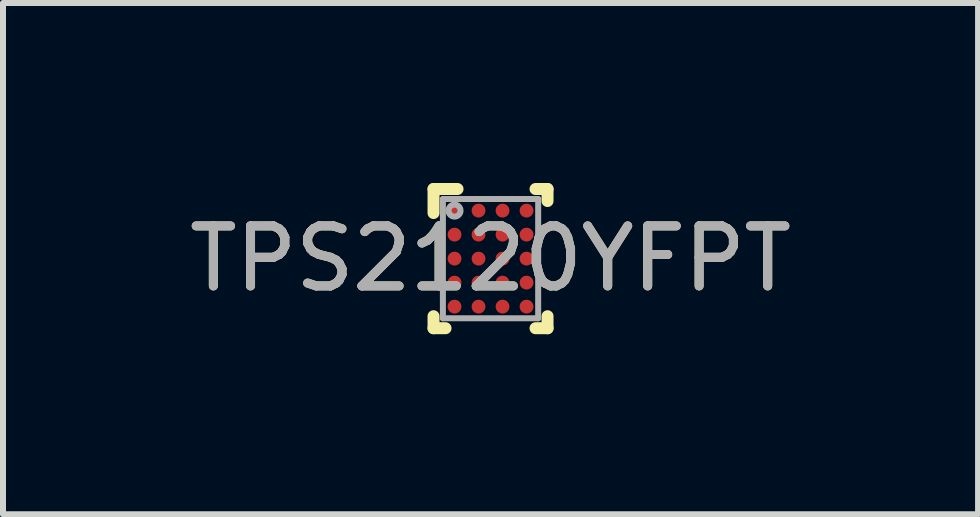
<source format=kicad_pcb>
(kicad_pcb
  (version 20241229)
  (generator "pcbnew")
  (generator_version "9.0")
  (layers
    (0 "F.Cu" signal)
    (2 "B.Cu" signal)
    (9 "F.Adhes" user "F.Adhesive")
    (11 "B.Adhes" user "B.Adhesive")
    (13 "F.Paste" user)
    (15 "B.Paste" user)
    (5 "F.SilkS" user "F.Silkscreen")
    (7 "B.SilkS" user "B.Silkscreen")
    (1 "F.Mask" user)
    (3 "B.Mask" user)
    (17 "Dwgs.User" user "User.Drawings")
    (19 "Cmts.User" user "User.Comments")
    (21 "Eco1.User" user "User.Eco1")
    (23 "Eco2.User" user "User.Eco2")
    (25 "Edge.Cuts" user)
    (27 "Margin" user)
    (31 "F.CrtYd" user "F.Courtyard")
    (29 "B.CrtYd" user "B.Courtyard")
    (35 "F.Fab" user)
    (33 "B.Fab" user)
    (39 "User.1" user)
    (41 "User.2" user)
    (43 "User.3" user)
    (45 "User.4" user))
  (footprint "TPS2120YFPT"
    (layer "F.Cu")
    (at 5.125 1.26)
    (property "Reference" "TPS2120YFPT" (at 0 0 0) (unlocked yes) (layer "F.SilkS") (effects (font (size 1 1) (thickness 0.15))))
    (attr smd)
    (fp_line (start -0.95 -1.16) (end -0.55 -1.16) (stroke (width 0.2) (type solid)) (layer "F.SilkS"))
    (fp_line (start -0.95 -0.76) (end -0.95 -1.16) (stroke (width 0.2) (type solid)) (layer "F.SilkS"))
    (fp_line (start -0.95 1.16) (end -0.95 0.96) (stroke (width 0.2) (type solid)) (layer "F.SilkS"))
    (fp_line (start -0.95 1.16) (end -0.75 1.16) (stroke (width 0.2) (type solid)) (layer "F.SilkS"))
    (fp_line (start 0.75 -1.16) (end 0.95 -1.16) (stroke (width 0.2) (type solid)) (layer "F.SilkS"))
    (fp_line (start 0.75 1.16) (end 0.95 1.16) (stroke (width 0.2) (type solid)) (layer "F.SilkS"))
    (fp_line (start 0.95 -0.96) (end 0.95 -1.16) (stroke (width 0.2) (type solid)) (layer "F.SilkS"))
    (fp_line (start 0.95 1.16) (end 0.95 0.96) (stroke (width 0.2) (type solid)) (layer "F.SilkS"))
    (fp_circle (center -0.675 -0.875) (end -0.65 -0.875) (stroke (width 0.05) (type solid)) (fill no) (layer "F.Paste"))
    (fp_circle (center -0.675 -0.725) (end -0.65 -0.725) (stroke (width 0.05) (type solid)) (fill no) (layer "F.Paste"))
    (fp_circle (center -0.675 -0.475) (end -0.65 -0.475) (stroke (width 0.05) (type solid)) (fill no) (layer "F.Paste"))
    (fp_circle (center -0.675 -0.325) (end -0.65 -0.325) (stroke (width 0.05) (type solid)) (fill no) (layer "F.Paste"))
    (fp_circle (center -0.675 -0.075) (end -0.65 -0.075) (stroke (width 0.05) (type solid)) (fill no) (layer "F.Paste"))
    (fp_circle (center -0.675 0.075) (end -0.65 0.075) (stroke (width 0.05) (type solid)) (fill no) (layer "F.Paste"))
    (fp_circle (center -0.675 0.325) (end -0.65 0.325) (stroke (width 0.05) (type solid)) (fill no) (layer "F.Paste"))
    (fp_circle (center -0.675 0.475) (end -0.65 0.475) (stroke (width 0.05) (type solid)) (fill no) (layer "F.Paste"))
    (fp_circle (center -0.675 0.725) (end -0.65 0.725) (stroke (width 0.05) (type solid)) (fill no) (layer "F.Paste"))
    (fp_circle (center -0.675 0.875) (end -0.65 0.875) (stroke (width 0.05) (type solid)) (fill no) (layer "F.Paste"))
    (fp_circle (center -0.525 -0.875) (end -0.5 -0.875) (stroke (width 0.05) (type solid)) (fill no) (layer "F.Paste"))
    (fp_circle (center -0.525 -0.725) (end -0.5 -0.725) (stroke (width 0.05) (type solid)) (fill no) (layer "F.Paste"))
    (fp_circle (center -0.525 -0.475) (end -0.5 -0.475) (stroke (width 0.05) (type solid)) (fill no) (layer "F.Paste"))
    (fp_circle (center -0.525 -0.325) (end -0.5 -0.325) (stroke (width 0.05) (type solid)) (fill no) (layer "F.Paste"))
    (fp_circle (center -0.525 -0.075) (end -0.5 -0.075) (stroke (width 0.05) (type solid)) (fill no) (layer "F.Paste"))
    (fp_circle (center -0.525 0.075) (end -0.5 0.075) (stroke (width 0.05) (type solid)) (fill no) (layer "F.Paste"))
    (fp_circle (center -0.525 0.325) (end -0.5 0.325) (stroke (width 0.05) (type solid)) (fill no) (layer "F.Paste"))
    (fp_circle (center -0.525 0.475) (end -0.5 0.475) (stroke (width 0.05) (type solid)) (fill no) (layer "F.Paste"))
    (fp_circle (center -0.525 0.725) (end -0.5 0.725) (stroke (width 0.05) (type solid)) (fill no) (layer "F.Paste"))
    (fp_circle (center -0.525 0.875) (end -0.5 0.875) (stroke (width 0.05) (type solid)) (fill no) (layer "F.Paste"))
    (fp_circle (center -0.275 -0.875) (end -0.25 -0.875) (stroke (width 0.05) (type solid)) (fill no) (layer "F.Paste"))
    (fp_circle (center -0.275 -0.725) (end -0.25 -0.725) (stroke (width 0.05) (type solid)) (fill no) (layer "F.Paste"))
    (fp_circle (center -0.275 -0.475) (end -0.25 -0.475) (stroke (width 0.05) (type solid)) (fill no) (layer "F.Paste"))
    (fp_circle (center -0.275 -0.325) (end -0.25 -0.325) (stroke (width 0.05) (type solid)) (fill no) (layer "F.Paste"))
    (fp_circle (center -0.275 -0.075) (end -0.25 -0.075) (stroke (width 0.05) (type solid)) (fill no) (layer "F.Paste"))
    (fp_circle (center -0.275 0.075) (end -0.25 0.075) (stroke (width 0.05) (type solid)) (fill no) (layer "F.Paste"))
    (fp_circle (center -0.275 0.325) (end -0.25 0.325) (stroke (width 0.05) (type solid)) (fill no) (layer "F.Paste"))
    (fp_circle (center -0.275 0.475) (end -0.25 0.475) (stroke (width 0.05) (type solid)) (fill no) (layer "F.Paste"))
    (fp_circle (center -0.275 0.725) (end -0.25 0.725) (stroke (width 0.05) (type solid)) (fill no) (layer "F.Paste"))
    (fp_circle (center -0.275 0.875) (end -0.25 0.875) (stroke (width 0.05) (type solid)) (fill no) (layer "F.Paste"))
    (fp_circle (center -0.125 -0.875) (end -0.1 -0.875) (stroke (width 0.05) (type solid)) (fill no) (layer "F.Paste"))
    (fp_circle (center -0.125 -0.725) (end -0.1 -0.725) (stroke (width 0.05) (type solid)) (fill no) (layer "F.Paste"))
    (fp_circle (center -0.125 -0.475) (end -0.1 -0.475) (stroke (width 0.05) (type solid)) (fill no) (layer "F.Paste"))
    (fp_circle (center -0.125 -0.325) (end -0.1 -0.325) (stroke (width 0.05) (type solid)) (fill no) (layer "F.Paste"))
    (fp_circle (center -0.125 -0.075) (end -0.1 -0.075) (stroke (width 0.05) (type solid)) (fill no) (layer "F.Paste"))
    (fp_circle (center -0.125 0.075) (end -0.1 0.075) (stroke (width 0.05) (type solid)) (fill no) (layer "F.Paste"))
    (fp_circle (center -0.125 0.325) (end -0.1 0.325) (stroke (width 0.05) (type solid)) (fill no) (layer "F.Paste"))
    (fp_circle (center -0.125 0.475) (end -0.1 0.475) (stroke (width 0.05) (type solid)) (fill no) (layer "F.Paste"))
    (fp_circle (center -0.125 0.725) (end -0.1 0.725) (stroke (width 0.05) (type solid)) (fill no) (layer "F.Paste"))
    (fp_circle (center -0.125 0.875) (end -0.1 0.875) (stroke (width 0.05) (type solid)) (fill no) (layer "F.Paste"))
    (fp_circle (center 0.125 -0.875) (end 0.15 -0.875) (stroke (width 0.05) (type solid)) (fill no) (layer "F.Paste"))
    (fp_circle (center 0.125 -0.725) (end 0.15 -0.725) (stroke (width 0.05) (type solid)) (fill no) (layer "F.Paste"))
    (fp_circle (center 0.125 -0.475) (end 0.15 -0.475) (stroke (width 0.05) (type solid)) (fill no) (layer "F.Paste"))
    (fp_circle (center 0.125 -0.325) (end 0.15 -0.325) (stroke (width 0.05) (type solid)) (fill no) (layer "F.Paste"))
    (fp_circle (center 0.125 -0.075) (end 0.15 -0.075) (stroke (width 0.05) (type solid)) (fill no) (layer "F.Paste"))
    (fp_circle (center 0.125 0.075) (end 0.15 0.075) (stroke (width 0.05) (type solid)) (fill no) (layer "F.Paste"))
    (fp_circle (center 0.125 0.325) (end 0.15 0.325) (stroke (width 0.05) (type solid)) (fill no) (layer "F.Paste"))
    (fp_circle (center 0.125 0.475) (end 0.15 0.475) (stroke (width 0.05) (type solid)) (fill no) (layer "F.Paste"))
    (fp_circle (center 0.125 0.725) (end 0.15 0.725) (stroke (width 0.05) (type solid)) (fill no) (layer "F.Paste"))
    (fp_circle (center 0.125 0.875) (end 0.15 0.875) (stroke (width 0.05) (type solid)) (fill no) (layer "F.Paste"))
    (fp_circle (center 0.275 -0.875) (end 0.3 -0.875) (stroke (width 0.05) (type solid)) (fill no) (layer "F.Paste"))
    (fp_circle (center 0.275 -0.725) (end 0.3 -0.725) (stroke (width 0.05) (type solid)) (fill no) (layer "F.Paste"))
    (fp_circle (center 0.275 -0.475) (end 0.3 -0.475) (stroke (width 0.05) (type solid)) (fill no) (layer "F.Paste"))
    (fp_circle (center 0.275 -0.325) (end 0.3 -0.325) (stroke (width 0.05) (type solid)) (fill no) (layer "F.Paste"))
    (fp_circle (center 0.275 -0.075) (end 0.3 -0.075) (stroke (width 0.05) (type solid)) (fill no) (layer "F.Paste"))
    (fp_circle (center 0.275 0.075) (end 0.3 0.075) (stroke (width 0.05) (type solid)) (fill no) (layer "F.Paste"))
    (fp_circle (center 0.275 0.325) (end 0.3 0.325) (stroke (width 0.05) (type solid)) (fill no) (layer "F.Paste"))
    (fp_circle (center 0.275 0.475) (end 0.3 0.475) (stroke (width 0.05) (type solid)) (fill no) (layer "F.Paste"))
    (fp_circle (center 0.275 0.725) (end 0.3 0.725) (stroke (width 0.05) (type solid)) (fill no) (layer "F.Paste"))
    (fp_circle (center 0.275 0.875) (end 0.3 0.875) (stroke (width 0.05) (type solid)) (fill no) (layer "F.Paste"))
    (fp_circle (center 0.525 -0.875) (end 0.55 -0.875) (stroke (width 0.05) (type solid)) (fill no) (layer "F.Paste"))
    (fp_circle (center 0.525 -0.725) (end 0.55 -0.725) (stroke (width 0.05) (type solid)) (fill no) (layer "F.Paste"))
    (fp_circle (center 0.525 -0.475) (end 0.55 -0.475) (stroke (width 0.05) (type solid)) (fill no) (layer "F.Paste"))
    (fp_circle (center 0.525 -0.325) (end 0.55 -0.325) (stroke (width 0.05) (type solid)) (fill no) (layer "F.Paste"))
    (fp_circle (center 0.525 -0.075) (end 0.55 -0.075) (stroke (width 0.05) (type solid)) (fill no) (layer "F.Paste"))
    (fp_circle (center 0.525 0.075) (end 0.55 0.075) (stroke (width 0.05) (type solid)) (fill no) (layer "F.Paste"))
    (fp_circle (center 0.525 0.325) (end 0.55 0.325) (stroke (width 0.05) (type solid)) (fill no) (layer "F.Paste"))
    (fp_circle (center 0.525 0.475) (end 0.55 0.475) (stroke (width 0.05) (type solid)) (fill no) (layer "F.Paste"))
    (fp_circle (center 0.525 0.725) (end 0.55 0.725) (stroke (width 0.05) (type solid)) (fill no) (layer "F.Paste"))
    (fp_circle (center 0.525 0.875) (end 0.55 0.875) (stroke (width 0.05) (type solid)) (fill no) (layer "F.Paste"))
    (fp_circle (center 0.675 -0.875) (end 0.7 -0.875) (stroke (width 0.05) (type solid)) (fill no) (layer "F.Paste"))
    (fp_circle (center 0.675 -0.725) (end 0.7 -0.725) (stroke (width 0.05) (type solid)) (fill no) (layer "F.Paste"))
    (fp_circle (center 0.675 -0.475) (end 0.7 -0.475) (stroke (width 0.05) (type solid)) (fill no) (layer "F.Paste"))
    (fp_circle (center 0.675 -0.325) (end 0.7 -0.325) (stroke (width 0.05) (type solid)) (fill no) (layer "F.Paste"))
    (fp_circle (center 0.675 -0.075) (end 0.7 -0.075) (stroke (width 0.05) (type solid)) (fill no) (layer "F.Paste"))
    (fp_circle (center 0.675 0.075) (end 0.7 0.075) (stroke (width 0.05) (type solid)) (fill no) (layer "F.Paste"))
    (fp_circle (center 0.675 0.325) (end 0.7 0.325) (stroke (width 0.05) (type solid)) (fill no) (layer "F.Paste"))
    (fp_circle (center 0.675 0.475) (end 0.7 0.475) (stroke (width 0.05) (type solid)) (fill no) (layer "F.Paste"))
    (fp_circle (center 0.675 0.725) (end 0.7 0.725) (stroke (width 0.05) (type solid)) (fill no) (layer "F.Paste"))
    (fp_circle (center 0.675 0.875) (end 0.7 0.875) (stroke (width 0.05) (type solid)) (fill no) (layer "F.Paste"))
    (fp_poly (pts (xy -0.725 -0.875) (xy -0.725 -0.725) (xy -0.675 -0.725) (xy -0.675 -0.875)) (stroke (width 0) (type solid)) (fill yes) (layer "F.Paste"))
    (fp_poly (pts (xy -0.725 -0.475) (xy -0.725 -0.325) (xy -0.675 -0.325) (xy -0.675 -0.475)) (stroke (width 0) (type solid)) (fill yes) (layer "F.Paste"))
    (fp_poly (pts (xy -0.725 -0.075) (xy -0.725 0.075) (xy -0.675 0.075) (xy -0.675 -0.075)) (stroke (width 0) (type solid)) (fill yes) (layer "F.Paste"))
    (fp_poly (pts (xy -0.725 0.325) (xy -0.725 0.475) (xy -0.675 0.475) (xy -0.675 0.325)) (stroke (width 0) (type solid)) (fill yes) (layer "F.Paste"))
    (fp_poly (pts (xy -0.725 0.725) (xy -0.725 0.875) (xy -0.675 0.875) (xy -0.675 0.725)) (stroke (width 0) (type solid)) (fill yes) (layer "F.Paste"))
    (fp_poly (pts (xy -0.675 -0.875) (xy -0.675 -0.725) (xy -0.525 -0.725) (xy -0.525 -0.875)) (stroke (width 0) (type solid)) (fill yes) (layer "F.Paste"))
    (fp_poly (pts (xy -0.675 -0.675) (xy -0.525 -0.675) (xy -0.525 -0.725) (xy -0.675 -0.725)) (stroke (width 0) (type solid)) (fill yes) (layer "F.Paste"))
    (fp_poly (pts (xy -0.675 -0.475) (xy -0.675 -0.325) (xy -0.525 -0.325) (xy -0.525 -0.475)) (stroke (width 0) (type solid)) (fill yes) (layer "F.Paste"))
    (fp_poly (pts (xy -0.675 -0.275) (xy -0.525 -0.275) (xy -0.525 -0.325) (xy -0.675 -0.325)) (stroke (width 0) (type solid)) (fill yes) (layer "F.Paste"))
    (fp_poly (pts (xy -0.675 -0.075) (xy -0.675 0.075) (xy -0.525 0.075) (xy -0.525 -0.075)) (stroke (width 0) (type solid)) (fill yes) (layer "F.Paste"))
    (fp_poly (pts (xy -0.675 0.125) (xy -0.525 0.125) (xy -0.525 0.075) (xy -0.675 0.075)) (stroke (width 0) (type solid)) (fill yes) (layer "F.Paste"))
    (fp_poly (pts (xy -0.675 0.325) (xy -0.675 0.475) (xy -0.525 0.475) (xy -0.525 0.325)) (stroke (width 0) (type solid)) (fill yes) (layer "F.Paste"))
    (fp_poly (pts (xy -0.675 0.525) (xy -0.525 0.525) (xy -0.525 0.475) (xy -0.675 0.475)) (stroke (width 0) (type solid)) (fill yes) (layer "F.Paste"))
    (fp_poly (pts (xy -0.675 0.725) (xy -0.675 0.875) (xy -0.525 0.875) (xy -0.525 0.725)) (stroke (width 0) (type solid)) (fill yes) (layer "F.Paste"))
    (fp_poly (pts (xy -0.675 0.925) (xy -0.525 0.925) (xy -0.525 0.875) (xy -0.675 0.875)) (stroke (width 0) (type solid)) (fill yes) (layer "F.Paste"))
    (fp_poly (pts (xy -0.525 -0.925) (xy -0.675 -0.925) (xy -0.675 -0.875) (xy -0.525 -0.875)) (stroke (width 0) (type solid)) (fill yes) (layer "F.Paste"))
    (fp_poly (pts (xy -0.525 -0.525) (xy -0.675 -0.525) (xy -0.675 -0.475) (xy -0.525 -0.475)) (stroke (width 0) (type solid)) (fill yes) (layer "F.Paste"))
    (fp_poly (pts (xy -0.525 -0.125) (xy -0.675 -0.125) (xy -0.675 -0.075) (xy -0.525 -0.075)) (stroke (width 0) (type solid)) (fill yes) (layer "F.Paste"))
    (fp_poly (pts (xy -0.525 0.275) (xy -0.675 0.275) (xy -0.675 0.325) (xy -0.525 0.325)) (stroke (width 0) (type solid)) (fill yes) (layer "F.Paste"))
    (fp_poly (pts (xy -0.525 0.675) (xy -0.675 0.675) (xy -0.675 0.725) (xy -0.525 0.725)) (stroke (width 0) (type solid)) (fill yes) (layer "F.Paste"))
    (fp_poly (pts (xy -0.475 -0.725) (xy -0.475 -0.875) (xy -0.525 -0.875) (xy -0.525 -0.725)) (stroke (width 0) (type solid)) (fill yes) (layer "F.Paste"))
    (fp_poly (pts (xy -0.475 -0.325) (xy -0.475 -0.475) (xy -0.525 -0.475) (xy -0.525 -0.325)) (stroke (width 0) (type solid)) (fill yes) (layer "F.Paste"))
    (fp_poly (pts (xy -0.475 0.075) (xy -0.475 -0.075) (xy -0.525 -0.075) (xy -0.525 0.075)) (stroke (width 0) (type solid)) (fill yes) (layer "F.Paste"))
    (fp_poly (pts (xy -0.475 0.475) (xy -0.475 0.325) (xy -0.525 0.325) (xy -0.525 0.475)) (stroke (width 0) (type solid)) (fill yes) (layer "F.Paste"))
    (fp_poly (pts (xy -0.475 0.875) (xy -0.475 0.725) (xy -0.525 0.725) (xy -0.525 0.875)) (stroke (width 0) (type solid)) (fill yes) (layer "F.Paste"))
    (fp_poly (pts (xy -0.325 -0.875) (xy -0.325 -0.725) (xy -0.275 -0.725) (xy -0.275 -0.875)) (stroke (width 0) (type solid)) (fill yes) (layer "F.Paste"))
    (fp_poly (pts (xy -0.325 -0.475) (xy -0.325 -0.325) (xy -0.275 -0.325) (xy -0.275 -0.475)) (stroke (width 0) (type solid)) (fill yes) (layer "F.Paste"))
    (fp_poly (pts (xy -0.325 -0.075) (xy -0.325 0.075) (xy -0.275 0.075) (xy -0.275 -0.075)) (stroke (width 0) (type solid)) (fill yes) (layer "F.Paste"))
    (fp_poly (pts (xy -0.325 0.325) (xy -0.325 0.475) (xy -0.275 0.475) (xy -0.275 0.325)) (stroke (width 0) (type solid)) (fill yes) (layer "F.Paste"))
    (fp_poly (pts (xy -0.325 0.725) (xy -0.325 0.875) (xy -0.275 0.875) (xy -0.275 0.725)) (stroke (width 0) (type solid)) (fill yes) (layer "F.Paste"))
    (fp_poly (pts (xy -0.275 -0.875) (xy -0.275 -0.725) (xy -0.125 -0.725) (xy -0.125 -0.875)) (stroke (width 0) (type solid)) (fill yes) (layer "F.Paste"))
    (fp_poly (pts (xy -0.275 -0.675) (xy -0.125 -0.675) (xy -0.125 -0.725) (xy -0.275 -0.725)) (stroke (width 0) (type solid)) (fill yes) (layer "F.Paste"))
    (fp_poly (pts (xy -0.275 -0.475) (xy -0.275 -0.325) (xy -0.125 -0.325) (xy -0.125 -0.475)) (stroke (width 0) (type solid)) (fill yes) (layer "F.Paste"))
    (fp_poly (pts (xy -0.275 -0.275) (xy -0.125 -0.275) (xy -0.125 -0.325) (xy -0.275 -0.325)) (stroke (width 0) (type solid)) (fill yes) (layer "F.Paste"))
    (fp_poly (pts (xy -0.275 -0.075) (xy -0.275 0.075) (xy -0.125 0.075) (xy -0.125 -0.075)) (stroke (width 0) (type solid)) (fill yes) (layer "F.Paste"))
    (fp_poly (pts (xy -0.275 0.125) (xy -0.125 0.125) (xy -0.125 0.075) (xy -0.275 0.075)) (stroke (width 0) (type solid)) (fill yes) (layer "F.Paste"))
    (fp_poly (pts (xy -0.275 0.325) (xy -0.275 0.475) (xy -0.125 0.475) (xy -0.125 0.325)) (stroke (width 0) (type solid)) (fill yes) (layer "F.Paste"))
    (fp_poly (pts (xy -0.275 0.525) (xy -0.125 0.525) (xy -0.125 0.475) (xy -0.275 0.475)) (stroke (width 0) (type solid)) (fill yes) (layer "F.Paste"))
    (fp_poly (pts (xy -0.275 0.725) (xy -0.275 0.875) (xy -0.125 0.875) (xy -0.125 0.725)) (stroke (width 0) (type solid)) (fill yes) (layer "F.Paste"))
    (fp_poly (pts (xy -0.275 0.925) (xy -0.125 0.925) (xy -0.125 0.875) (xy -0.275 0.875)) (stroke (width 0) (type solid)) (fill yes) (layer "F.Paste"))
    (fp_poly (pts (xy -0.125 -0.925) (xy -0.275 -0.925) (xy -0.275 -0.875) (xy -0.125 -0.875)) (stroke (width 0) (type solid)) (fill yes) (layer "F.Paste"))
    (fp_poly (pts (xy -0.125 -0.525) (xy -0.275 -0.525) (xy -0.275 -0.475) (xy -0.125 -0.475)) (stroke (width 0) (type solid)) (fill yes) (layer "F.Paste"))
    (fp_poly (pts (xy -0.125 -0.125) (xy -0.275 -0.125) (xy -0.275 -0.075) (xy -0.125 -0.075)) (stroke (width 0) (type solid)) (fill yes) (layer "F.Paste"))
    (fp_poly (pts (xy -0.125 0.275) (xy -0.275 0.275) (xy -0.275 0.325) (xy -0.125 0.325)) (stroke (width 0) (type solid)) (fill yes) (layer "F.Paste"))
    (fp_poly (pts (xy -0.125 0.675) (xy -0.275 0.675) (xy -0.275 0.725) (xy -0.125 0.725)) (stroke (width 0) (type solid)) (fill yes) (layer "F.Paste"))
    (fp_poly (pts (xy -0.075 -0.725) (xy -0.075 -0.875) (xy -0.125 -0.875) (xy -0.125 -0.725)) (stroke (width 0) (type solid)) (fill yes) (layer "F.Paste"))
    (fp_poly (pts (xy -0.075 -0.325) (xy -0.075 -0.475) (xy -0.125 -0.475) (xy -0.125 -0.325)) (stroke (width 0) (type solid)) (fill yes) (layer "F.Paste"))
    (fp_poly (pts (xy -0.075 0.075) (xy -0.075 -0.075) (xy -0.125 -0.075) (xy -0.125 0.075)) (stroke (width 0) (type solid)) (fill yes) (layer "F.Paste"))
    (fp_poly (pts (xy -0.075 0.475) (xy -0.075 0.325) (xy -0.125 0.325) (xy -0.125 0.475)) (stroke (width 0) (type solid)) (fill yes) (layer "F.Paste"))
    (fp_poly (pts (xy -0.075 0.875) (xy -0.075 0.725) (xy -0.125 0.725) (xy -0.125 0.875)) (stroke (width 0) (type solid)) (fill yes) (layer "F.Paste"))
    (fp_poly (pts (xy 0.075 -0.875) (xy 0.075 -0.725) (xy 0.125 -0.725) (xy 0.125 -0.875)) (stroke (width 0) (type solid)) (fill yes) (layer "F.Paste"))
    (fp_poly (pts (xy 0.075 -0.475) (xy 0.075 -0.325) (xy 0.125 -0.325) (xy 0.125 -0.475)) (stroke (width 0) (type solid)) (fill yes) (layer "F.Paste"))
    (fp_poly (pts (xy 0.075 -0.075) (xy 0.075 0.075) (xy 0.125 0.075) (xy 0.125 -0.075)) (stroke (width 0) (type solid)) (fill yes) (layer "F.Paste"))
    (fp_poly (pts (xy 0.075 0.325) (xy 0.075 0.475) (xy 0.125 0.475) (xy 0.125 0.325)) (stroke (width 0) (type solid)) (fill yes) (layer "F.Paste"))
    (fp_poly (pts (xy 0.075 0.725) (xy 0.075 0.875) (xy 0.125 0.875) (xy 0.125 0.725)) (stroke (width 0) (type solid)) (fill yes) (layer "F.Paste"))
    (fp_poly (pts (xy 0.125 -0.875) (xy 0.125 -0.725) (xy 0.275 -0.725) (xy 0.275 -0.875)) (stroke (width 0) (type solid)) (fill yes) (layer "F.Paste"))
    (fp_poly (pts (xy 0.125 -0.675) (xy 0.275 -0.675) (xy 0.275 -0.725) (xy 0.125 -0.725)) (stroke (width 0) (type solid)) (fill yes) (layer "F.Paste"))
    (fp_poly (pts (xy 0.125 -0.475) (xy 0.125 -0.325) (xy 0.275 -0.325) (xy 0.275 -0.475)) (stroke (width 0) (type solid)) (fill yes) (layer "F.Paste"))
    (fp_poly (pts (xy 0.125 -0.275) (xy 0.275 -0.275) (xy 0.275 -0.325) (xy 0.125 -0.325)) (stroke (width 0) (type solid)) (fill yes) (layer "F.Paste"))
    (fp_poly (pts (xy 0.125 -0.075) (xy 0.125 0.075) (xy 0.275 0.075) (xy 0.275 -0.075)) (stroke (width 0) (type solid)) (fill yes) (layer "F.Paste"))
    (fp_poly (pts (xy 0.125 0.125) (xy 0.275 0.125) (xy 0.275 0.075) (xy 0.125 0.075)) (stroke (width 0) (type solid)) (fill yes) (layer "F.Paste"))
    (fp_poly (pts (xy 0.125 0.325) (xy 0.125 0.475) (xy 0.275 0.475) (xy 0.275 0.325)) (stroke (width 0) (type solid)) (fill yes) (layer "F.Paste"))
    (fp_poly (pts (xy 0.125 0.525) (xy 0.275 0.525) (xy 0.275 0.475) (xy 0.125 0.475)) (stroke (width 0) (type solid)) (fill yes) (layer "F.Paste"))
    (fp_poly (pts (xy 0.125 0.725) (xy 0.125 0.875) (xy 0.275 0.875) (xy 0.275 0.725)) (stroke (width 0) (type solid)) (fill yes) (layer "F.Paste"))
    (fp_poly (pts (xy 0.125 0.925) (xy 0.275 0.925) (xy 0.275 0.875) (xy 0.125 0.875)) (stroke (width 0) (type solid)) (fill yes) (layer "F.Paste"))
    (fp_poly (pts (xy 0.275 -0.925) (xy 0.125 -0.925) (xy 0.125 -0.875) (xy 0.275 -0.875)) (stroke (width 0) (type solid)) (fill yes) (layer "F.Paste"))
    (fp_poly (pts (xy 0.275 -0.525) (xy 0.125 -0.525) (xy 0.125 -0.475) (xy 0.275 -0.475)) (stroke (width 0) (type solid)) (fill yes) (layer "F.Paste"))
    (fp_poly (pts (xy 0.275 -0.125) (xy 0.125 -0.125) (xy 0.125 -0.075) (xy 0.275 -0.075)) (stroke (width 0) (type solid)) (fill yes) (layer "F.Paste"))
    (fp_poly (pts (xy 0.275 0.275) (xy 0.125 0.275) (xy 0.125 0.325) (xy 0.275 0.325)) (stroke (width 0) (type solid)) (fill yes) (layer "F.Paste"))
    (fp_poly (pts (xy 0.275 0.675) (xy 0.125 0.675) (xy 0.125 0.725) (xy 0.275 0.725)) (stroke (width 0) (type solid)) (fill yes) (layer "F.Paste"))
    (fp_poly (pts (xy 0.325 -0.725) (xy 0.325 -0.875) (xy 0.275 -0.875) (xy 0.275 -0.725)) (stroke (width 0) (type solid)) (fill yes) (layer "F.Paste"))
    (fp_poly (pts (xy 0.325 -0.325) (xy 0.325 -0.475) (xy 0.275 -0.475) (xy 0.275 -0.325)) (stroke (width 0) (type solid)) (fill yes) (layer "F.Paste"))
    (fp_poly (pts (xy 0.325 0.075) (xy 0.325 -0.075) (xy 0.275 -0.075) (xy 0.275 0.075)) (stroke (width 0) (type solid)) (fill yes) (layer "F.Paste"))
    (fp_poly (pts (xy 0.325 0.475) (xy 0.325 0.325) (xy 0.275 0.325) (xy 0.275 0.475)) (stroke (width 0) (type solid)) (fill yes) (layer "F.Paste"))
    (fp_poly (pts (xy 0.325 0.875) (xy 0.325 0.725) (xy 0.275 0.725) (xy 0.275 0.875)) (stroke (width 0) (type solid)) (fill yes) (layer "F.Paste"))
    (fp_poly (pts (xy 0.475 -0.875) (xy 0.475 -0.725) (xy 0.525 -0.725) (xy 0.525 -0.875)) (stroke (width 0) (type solid)) (fill yes) (layer "F.Paste"))
    (fp_poly (pts (xy 0.475 -0.475) (xy 0.475 -0.325) (xy 0.525 -0.325) (xy 0.525 -0.475)) (stroke (width 0) (type solid)) (fill yes) (layer "F.Paste"))
    (fp_poly (pts (xy 0.475 -0.075) (xy 0.475 0.075) (xy 0.525 0.075) (xy 0.525 -0.075)) (stroke (width 0) (type solid)) (fill yes) (layer "F.Paste"))
    (fp_poly (pts (xy 0.475 0.325) (xy 0.475 0.475) (xy 0.525 0.475) (xy 0.525 0.325)) (stroke (width 0) (type solid)) (fill yes) (layer "F.Paste"))
    (fp_poly (pts (xy 0.475 0.725) (xy 0.475 0.875) (xy 0.525 0.875) (xy 0.525 0.725)) (stroke (width 0) (type solid)) (fill yes) (layer "F.Paste"))
    (fp_poly (pts (xy 0.525 -0.875) (xy 0.525 -0.725) (xy 0.675 -0.725) (xy 0.675 -0.875)) (stroke (width 0) (type solid)) (fill yes) (layer "F.Paste"))
    (fp_poly (pts (xy 0.525 -0.675) (xy 0.675 -0.675) (xy 0.675 -0.725) (xy 0.525 -0.725)) (stroke (width 0) (type solid)) (fill yes) (layer "F.Paste"))
    (fp_poly (pts (xy 0.525 -0.475) (xy 0.525 -0.325) (xy 0.675 -0.325) (xy 0.675 -0.475)) (stroke (width 0) (type solid)) (fill yes) (layer "F.Paste"))
    (fp_poly (pts (xy 0.525 -0.275) (xy 0.675 -0.275) (xy 0.675 -0.325) (xy 0.525 -0.325)) (stroke (width 0) (type solid)) (fill yes) (layer "F.Paste"))
    (fp_poly (pts (xy 0.525 -0.075) (xy 0.525 0.075) (xy 0.675 0.075) (xy 0.675 -0.075)) (stroke (width 0) (type solid)) (fill yes) (layer "F.Paste"))
    (fp_poly (pts (xy 0.525 0.125) (xy 0.675 0.125) (xy 0.675 0.075) (xy 0.525 0.075)) (stroke (width 0) (type solid)) (fill yes) (layer "F.Paste"))
    (fp_poly (pts (xy 0.525 0.325) (xy 0.525 0.475) (xy 0.675 0.475) (xy 0.675 0.325)) (stroke (width 0) (type solid)) (fill yes) (layer "F.Paste"))
    (fp_poly (pts (xy 0.525 0.525) (xy 0.675 0.525) (xy 0.675 0.475) (xy 0.525 0.475)) (stroke (width 0) (type solid)) (fill yes) (layer "F.Paste"))
    (fp_poly (pts (xy 0.525 0.725) (xy 0.525 0.875) (xy 0.675 0.875) (xy 0.675 0.725)) (stroke (width 0) (type solid)) (fill yes) (layer "F.Paste"))
    (fp_poly (pts (xy 0.525 0.925) (xy 0.675 0.925) (xy 0.675 0.875) (xy 0.525 0.875)) (stroke (width 0) (type solid)) (fill yes) (layer "F.Paste"))
    (fp_poly (pts (xy 0.675 -0.925) (xy 0.525 -0.925) (xy 0.525 -0.875) (xy 0.675 -0.875)) (stroke (width 0) (type solid)) (fill yes) (layer "F.Paste"))
    (fp_poly (pts (xy 0.675 -0.525) (xy 0.525 -0.525) (xy 0.525 -0.475) (xy 0.675 -0.475)) (stroke (width 0) (type solid)) (fill yes) (layer "F.Paste"))
    (fp_poly (pts (xy 0.675 -0.125) (xy 0.525 -0.125) (xy 0.525 -0.075) (xy 0.675 -0.075)) (stroke (width 0) (type solid)) (fill yes) (layer "F.Paste"))
    (fp_poly (pts (xy 0.675 0.275) (xy 0.525 0.275) (xy 0.525 0.325) (xy 0.675 0.325)) (stroke (width 0) (type solid)) (fill yes) (layer "F.Paste"))
    (fp_poly (pts (xy 0.675 0.675) (xy 0.525 0.675) (xy 0.525 0.725) (xy 0.675 0.725)) (stroke (width 0) (type solid)) (fill yes) (layer "F.Paste"))
    (fp_poly (pts (xy 0.725 -0.725) (xy 0.725 -0.875) (xy 0.675 -0.875) (xy 0.675 -0.725)) (stroke (width 0) (type solid)) (fill yes) (layer "F.Paste"))
    (fp_poly (pts (xy 0.725 -0.325) (xy 0.725 -0.475) (xy 0.675 -0.475) (xy 0.675 -0.325)) (stroke (width 0) (type solid)) (fill yes) (layer "F.Paste"))
    (fp_poly (pts (xy 0.725 0.075) (xy 0.725 -0.075) (xy 0.675 -0.075) (xy 0.675 0.075)) (stroke (width 0) (type solid)) (fill yes) (layer "F.Paste"))
    (fp_poly (pts (xy 0.725 0.475) (xy 0.725 0.325) (xy 0.675 0.325) (xy 0.675 0.475)) (stroke (width 0) (type solid)) (fill yes) (layer "F.Paste"))
    (fp_poly (pts (xy 0.725 0.875) (xy 0.725 0.725) (xy 0.675 0.725) (xy 0.675 0.875)) (stroke (width 0) (type solid)) (fill yes) (layer "F.Paste"))
    (fp_line (start -0.794 -0.994) (end 0.794 -0.994) (stroke (width 0.1) (type solid)) (layer "F.Fab"))
    (fp_line (start -0.794 0.994) (end -0.794 -0.994) (stroke (width 0.1) (type solid)) (layer "F.Fab"))
    (fp_line (start -0.794 0.994) (end 0.794 0.994) (stroke (width 0.1) (type solid)) (layer "F.Fab"))
    (fp_line (start 0.794 0.994) (end 0.794 -0.994) (stroke (width 0.1) (type solid)) (layer "F.Fab"))
    (fp_circle (center -0.6 -0.8) (end -0.5 -0.8) (stroke (width 0.1) (type solid)) (fill no) (layer "F.Fab"))
    (fp_text user "${REFERENCE}" (at 0 0 0) (unlocked yes) (layer "F.Fab") (effects (font (size 1 1) (thickness 0.15))))
    (pad "A1" smd circle (at -0.6 -0.8) (size 0.23 0.23) (layers "F.Cu" "F.Mask"))
    (pad "A2" smd circle (at -0.2 -0.8) (size 0.23 0.23) (layers "F.Cu" "F.Mask"))
    (pad "A3" smd circle (at 0.2 -0.8) (size 0.23 0.23) (layers "F.Cu" "F.Mask"))
    (pad "A4" smd circle (at 0.6 -0.8) (size 0.23 0.23) (layers "F.Cu" "F.Mask"))
    (pad "B1" smd circle (at -0.6 -0.4) (size 0.23 0.23) (layers "F.Cu" "F.Mask"))
    (pad "B2" smd circle (at -0.2 -0.4) (size 0.23 0.23) (layers "F.Cu" "F.Mask"))
    (pad "B3" smd circle (at 0.2 -0.4) (size 0.23 0.23) (layers "F.Cu" "F.Mask"))
    (pad "B4" smd circle (at 0.6 -0.4) (size 0.23 0.23) (layers "F.Cu" "F.Mask"))
    (pad "C1" smd circle (at -0.6 0) (size 0.23 0.23) (layers "F.Cu" "F.Mask"))
    (pad "C2" smd circle (at -0.2 0) (size 0.23 0.23) (layers "F.Cu" "F.Mask"))
    (pad "C3" smd circle (at 0.2 0) (size 0.23 0.23) (layers "F.Cu" "F.Mask"))
    (pad "C4" smd circle (at 0.6 0) (size 0.23 0.23) (layers "F.Cu" "F.Mask"))
    (pad "D1" smd circle (at -0.6 0.4) (size 0.23 0.23) (layers "F.Cu" "F.Mask"))
    (pad "D2" smd circle (at -0.2 0.4) (size 0.23 0.23) (layers "F.Cu" "F.Mask"))
    (pad "D3" smd circle (at 0.2 0.4) (size 0.23 0.23) (layers "F.Cu" "F.Mask"))
    (pad "D4" smd circle (at 0.6 0.4) (size 0.23 0.23) (layers "F.Cu" "F.Mask"))
    (pad "E1" smd circle (at -0.6 0.8) (size 0.23 0.23) (layers "F.Cu" "F.Mask"))
    (pad "E2" smd circle (at -0.2 0.8) (size 0.23 0.23) (layers "F.Cu" "F.Mask"))
    (pad "E3" smd circle (at 0.2 0.8) (size 0.23 0.23) (layers "F.Cu" "F.Mask"))
    (pad "E4" smd circle (at 0.6 0.8) (size 0.23 0.23) (layers "F.Cu" "F.Mask")))
  (gr_rect
    (start -3 -3)
    (end 13.25 5.52)
    (stroke (width 0.1) (type default))
    (fill no)
    (layer "Edge.Cuts")))
</source>
